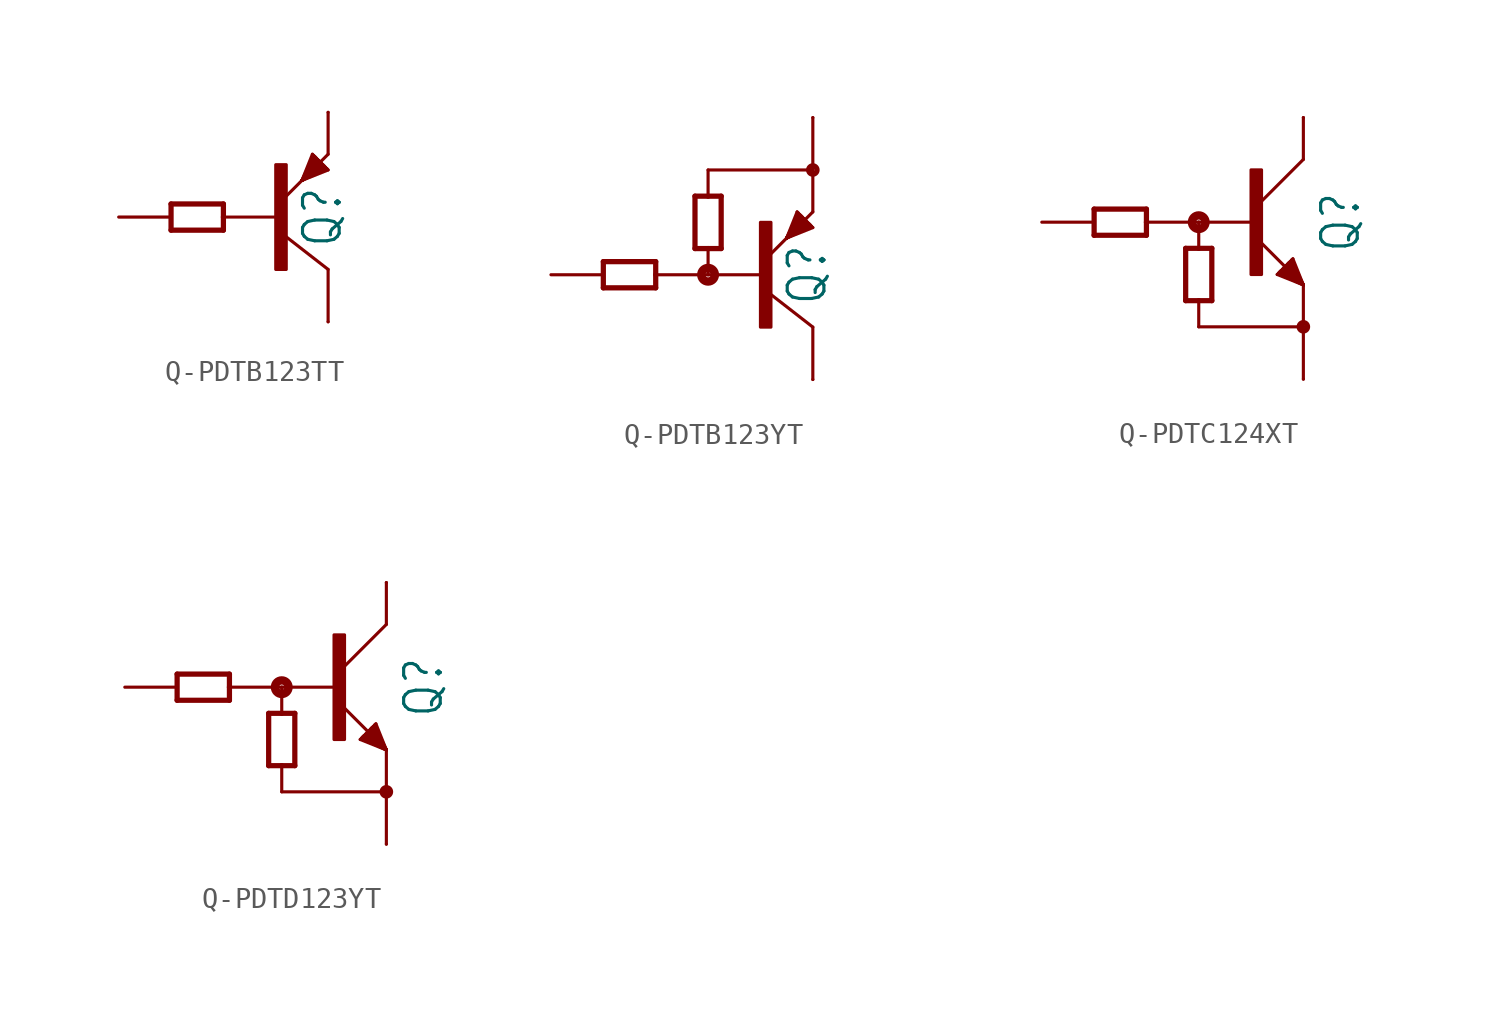
<source format=kicad_sym>
(kicad_symbol_lib
  (version 20231120)
  (generator "kicad_symbol_editor")
  (generator_version "8.0")
  (symbol "Q-PDTB123TT"
    (property "Reference" "Q"
      (at 3.302 0 90)
      (effects (font (size 1.778 1.511)) (justify bottom)))
    (property "Value" ""
      (at 5.842 0 90)
      (effects (font (size 1.778 1.511)) (justify bottom)))
    (property "ki_locked" ""
      (at 0 0 0)
      (effects (font (size 1.27 1.27))))
    (symbol "Q-PDTB123TT_1_0"
      (rectangle (start 0 -2.54) (end 0.508 2.54) (stroke (width 0) (type default)) (fill (type outline)))
      (polyline (pts (xy -5.08 -0.635) (xy -5.08 0.635)) (stroke (width 0.254) (type solid)) (fill (type none)))
      (polyline (pts (xy -5.08 0.635) (xy -2.54 0.635)) (stroke (width 0.254) (type solid)) (fill (type none)))
      (polyline (pts (xy -2.54 -0.635) (xy -5.08 -0.635)) (stroke (width 0.254) (type solid)) (fill (type none)))
      (polyline (pts (xy -2.54 0) (xy -2.54 -0.635)) (stroke (width 0.254) (type solid)) (fill (type none)))
      (polyline (pts (xy -2.54 0) (xy 0.254 0)) (stroke (width 0.152) (type solid)) (fill (type none)))
      (polyline (pts (xy -2.54 0.635) (xy -2.54 0)) (stroke (width 0.254) (type solid)) (fill (type none)))
      (polyline (pts (xy 1.27 1.778) (xy 0.254 0.762)) (stroke (width 0.152) (type solid)) (fill (type none)))
      (polyline (pts (xy 1.27 1.778) (xy 1.778 3.048)) (stroke (width 0.152) (type solid)) (fill (type none)))
      (polyline (pts (xy 1.27 1.778) (xy 1.841 2.985)) (stroke (width 0.152) (type solid)) (fill (type none)))
      (polyline (pts (xy 1.27 1.778) (xy 1.905 2.921)) (stroke (width 0.152) (type solid)) (fill (type none)))
      (polyline (pts (xy 1.27 1.778) (xy 1.968 2.857)) (stroke (width 0.152) (type solid)) (fill (type none)))
      (polyline (pts (xy 1.27 1.778) (xy 2.032 2.794)) (stroke (width 0.152) (type solid)) (fill (type none)))
      (polyline (pts (xy 1.27 1.778) (xy 2.095 2.731)) (stroke (width 0.152) (type solid)) (fill (type none)))
      (polyline (pts (xy 1.27 1.778) (xy 2.223 2.603)) (stroke (width 0.152) (type solid)) (fill (type none)))
      (polyline (pts (xy 1.27 1.778) (xy 2.286 2.54)) (stroke (width 0.152) (type solid)) (fill (type none)))
      (polyline (pts (xy 1.27 1.778) (xy 2.349 2.477)) (stroke (width 0.152) (type solid)) (fill (type none)))
      (polyline (pts (xy 1.27 1.778) (xy 2.413 2.413)) (stroke (width 0.152) (type solid)) (fill (type none)))
      (polyline (pts (xy 1.27 1.778) (xy 2.477 2.349)) (stroke (width 0.152) (type solid)) (fill (type none)))
      (polyline (pts (xy 1.778 3.048) (xy 1.841 2.985)) (stroke (width 0.152) (type solid)) (fill (type none)))
      (polyline (pts (xy 1.841 2.985) (xy 1.905 2.921)) (stroke (width 0.152) (type solid)) (fill (type none)))
      (polyline (pts (xy 1.905 2.921) (xy 1.968 2.857)) (stroke (width 0.152) (type solid)) (fill (type none)))
      (polyline (pts (xy 1.968 2.857) (xy 2.032 2.794)) (stroke (width 0.152) (type solid)) (fill (type none)))
      (polyline (pts (xy 2.032 2.794) (xy 2.095 2.731)) (stroke (width 0.152) (type solid)) (fill (type none)))
      (polyline (pts (xy 2.095 2.731) (xy 2.223 2.603)) (stroke (width 0.152) (type solid)) (fill (type none)))
      (polyline (pts (xy 2.223 2.603) (xy 2.286 2.54)) (stroke (width 0.152) (type solid)) (fill (type none)))
      (polyline (pts (xy 2.286 2.54) (xy 2.349 2.477)) (stroke (width 0.152) (type solid)) (fill (type none)))
      (polyline (pts (xy 2.349 2.477) (xy 2.413 2.413)) (stroke (width 0.152) (type solid)) (fill (type none)))
      (polyline (pts (xy 2.413 2.413) (xy 2.477 2.349)) (stroke (width 0.152) (type solid)) (fill (type none)))
      (polyline (pts (xy 2.477 2.349) (xy 2.54 2.286)) (stroke (width 0.152) (type solid)) (fill (type none)))
      (polyline (pts (xy 2.54 -2.54) (xy 0.254 -0.762)) (stroke (width 0.152) (type solid)) (fill (type none)))
      (polyline (pts (xy 2.54 -2.54) (xy 2.54 -5.08)) (stroke (width 0.152) (type solid)) (fill (type none)))
      (polyline (pts (xy 2.54 2.286) (xy 1.27 1.778)) (stroke (width 0.152) (type solid)) (fill (type none)))
      (polyline (pts (xy 2.54 3.048) (xy 1.27 1.778)) (stroke (width 0.152) (type solid)) (fill (type none)))
      (polyline (pts (xy 2.54 3.048) (xy 2.54 5.08)) (stroke (width 0.152) (type solid)) (fill (type none)))
      (pin passive line (at -7.62 0 0) (length 2.54) (name "B" (effects (font (size 0 0)))) (number "1" (effects (font (size 0 0)))))
      (pin passive line (at 2.54 5.08 270) (length 0) (name "E" (effects (font (size 0 0)))) (number "2" (effects (font (size 0 0)))))
      (pin passive line (at 2.54 -5.08 90) (length 0) (name "C" (effects (font (size 0 0)))) (number "3" (effects (font (size 0 0)))))))
  (symbol "Q-PDTB123YT"
    (property "Reference" "Q"
      (at 5.842 0 90)
      (effects (font (size 1.778 1.511)) (justify bottom)))
    (property "Value" ""
      (at 8.382 0 90)
      (effects (font (size 1.778 1.511)) (justify bottom)))
    (property "ki_locked" ""
      (at 0 0 0)
      (effects (font (size 1.27 1.27))))
    (symbol "Q-PDTB123YT_1_0"
      (polyline (pts (xy -5.08 -0.635) (xy -5.08 0.635)) (stroke (width 0.254) (type solid)) (fill (type none)))
      (polyline (pts (xy -5.08 0.635) (xy -2.54 0.635)) (stroke (width 0.254) (type solid)) (fill (type none)))
      (polyline (pts (xy -2.54 -0.635) (xy -5.08 -0.635)) (stroke (width 0.254) (type solid)) (fill (type none)))
      (polyline (pts (xy -2.54 0) (xy -2.54 -0.635)) (stroke (width 0.254) (type solid)) (fill (type none)))
      (polyline (pts (xy -2.54 0.635) (xy -2.54 0)) (stroke (width 0.254) (type solid)) (fill (type none)))
      (polyline (pts (xy -0.635 1.27) (xy -0.635 3.81)) (stroke (width 0.254) (type solid)) (fill (type none)))
      (polyline (pts (xy -0.635 3.81) (xy 0 3.81)) (stroke (width 0.254) (type solid)) (fill (type none)))
      (polyline (pts (xy 0 0) (xy -2.54 0)) (stroke (width 0.152) (type solid)) (fill (type none)))
      (polyline (pts (xy 0 0) (xy 2.794 0)) (stroke (width 0.152) (type solid)) (fill (type none)))
      (polyline (pts (xy 0 1.27) (xy -0.635 1.27)) (stroke (width 0.254) (type solid)) (fill (type none)))
      (polyline (pts (xy 0 1.27) (xy 0 0)) (stroke (width 0.152) (type solid)) (fill (type none)))
      (polyline (pts (xy 0 3.81) (xy 0.635 3.81)) (stroke (width 0.254) (type solid)) (fill (type none)))
      (polyline (pts (xy 0 5.08) (xy 0 3.81)) (stroke (width 0.152) (type solid)) (fill (type none)))
      (polyline (pts (xy 0.635 1.27) (xy 0 1.27)) (stroke (width 0.254) (type solid)) (fill (type none)))
      (polyline (pts (xy 0.635 3.81) (xy 0.635 1.27)) (stroke (width 0.254) (type solid)) (fill (type none)))
      (polyline (pts (xy 3.81 1.778) (xy 2.794 0.762)) (stroke (width 0.152) (type solid)) (fill (type none)))
      (polyline (pts (xy 3.81 1.778) (xy 4.318 3.048)) (stroke (width 0.152) (type solid)) (fill (type none)))
      (polyline (pts (xy 3.81 1.778) (xy 4.381 2.985)) (stroke (width 0.152) (type solid)) (fill (type none)))
      (polyline (pts (xy 3.81 1.778) (xy 4.445 2.921)) (stroke (width 0.152) (type solid)) (fill (type none)))
      (polyline (pts (xy 3.81 1.778) (xy 4.508 2.857)) (stroke (width 0.152) (type solid)) (fill (type none)))
      (polyline (pts (xy 3.81 1.778) (xy 4.572 2.794)) (stroke (width 0.152) (type solid)) (fill (type none)))
      (polyline (pts (xy 3.81 1.778) (xy 4.636 2.731)) (stroke (width 0.152) (type solid)) (fill (type none)))
      (polyline (pts (xy 3.81 1.778) (xy 4.763 2.603)) (stroke (width 0.152) (type solid)) (fill (type none)))
      (polyline (pts (xy 3.81 1.778) (xy 4.826 2.54)) (stroke (width 0.152) (type solid)) (fill (type none)))
      (polyline (pts (xy 3.81 1.778) (xy 4.889 2.477)) (stroke (width 0.152) (type solid)) (fill (type none)))
      (polyline (pts (xy 3.81 1.778) (xy 4.953 2.413)) (stroke (width 0.152) (type solid)) (fill (type none)))
      (polyline (pts (xy 3.81 1.778) (xy 5.016 2.349)) (stroke (width 0.152) (type solid)) (fill (type none)))
      (polyline (pts (xy 4.318 3.048) (xy 4.381 2.985)) (stroke (width 0.152) (type solid)) (fill (type none)))
      (polyline (pts (xy 4.381 2.985) (xy 4.445 2.921)) (stroke (width 0.152) (type solid)) (fill (type none)))
      (polyline (pts (xy 4.445 2.921) (xy 4.508 2.857)) (stroke (width 0.152) (type solid)) (fill (type none)))
      (polyline (pts (xy 4.508 2.857) (xy 4.572 2.794)) (stroke (width 0.152) (type solid)) (fill (type none)))
      (polyline (pts (xy 4.572 2.794) (xy 4.636 2.731)) (stroke (width 0.152) (type solid)) (fill (type none)))
      (polyline (pts (xy 4.636 2.731) (xy 4.763 2.603)) (stroke (width 0.152) (type solid)) (fill (type none)))
      (polyline (pts (xy 4.763 2.603) (xy 4.826 2.54)) (stroke (width 0.152) (type solid)) (fill (type none)))
      (polyline (pts (xy 4.826 2.54) (xy 4.889 2.477)) (stroke (width 0.152) (type solid)) (fill (type none)))
      (polyline (pts (xy 4.889 2.477) (xy 4.953 2.413)) (stroke (width 0.152) (type solid)) (fill (type none)))
      (polyline (pts (xy 4.953 2.413) (xy 5.016 2.349)) (stroke (width 0.152) (type solid)) (fill (type none)))
      (polyline (pts (xy 5.016 2.349) (xy 5.08 2.286)) (stroke (width 0.152) (type solid)) (fill (type none)))
      (polyline (pts (xy 5.08 -2.54) (xy 2.794 -0.762)) (stroke (width 0.152) (type solid)) (fill (type none)))
      (polyline (pts (xy 5.08 -2.54) (xy 5.08 -5.08)) (stroke (width 0.152) (type solid)) (fill (type none)))
      (polyline (pts (xy 5.08 2.286) (xy 3.81 1.778)) (stroke (width 0.152) (type solid)) (fill (type none)))
      (polyline (pts (xy 5.08 3.048) (xy 3.81 1.778)) (stroke (width 0.152) (type solid)) (fill (type none)))
      (polyline (pts (xy 5.08 3.048) (xy 5.08 5.08)) (stroke (width 0.152) (type solid)) (fill (type none)))
      (polyline (pts (xy 5.08 5.08) (xy 0 5.08)) (stroke (width 0.152) (type solid)) (fill (type none)))
      (polyline (pts (xy 5.08 5.08) (xy 5.08 7.62)) (stroke (width 0.152) (type solid)) (fill (type none)))
      (circle (center 0 0) (radius 0.127) (stroke (width 0.406) (type solid)) (fill (type none)))
      (rectangle (start 2.54 -2.54) (end 3.048 2.54) (stroke (width 0) (type default)) (fill (type outline)))
      (circle (center 5.08 5.08) (radius 0.203) (stroke (width 0.254) (type solid)) (fill (type none)))
      (pin passive line (at -7.62 0 0) (length 2.54) (name "B" (effects (font (size 0 0)))) (number "1" (effects (font (size 0 0)))))
      (pin passive line (at 5.08 7.62 270) (length 0) (name "E" (effects (font (size 0 0)))) (number "2" (effects (font (size 0 0)))))
      (pin passive line (at 5.08 -5.08 90) (length 0) (name "C" (effects (font (size 0 0)))) (number "3" (effects (font (size 0 0)))))))
  (symbol "Q-PDTC124XT"
    (property "Reference" "Q"
      (at 5.842 0 90)
      (effects (font (size 1.778 1.511)) (justify top)))
    (property "Value" ""
      (at 8.382 0 90)
      (effects (font (size 1.778 1.511)) (justify top)))
    (property "ki_locked" ""
      (at 0 0 0)
      (effects (font (size 1.27 1.27))))
    (symbol "Q-PDTC124XT_1_0"
      (polyline (pts (xy -5.08 -0.635) (xy -2.54 -0.635)) (stroke (width 0.254) (type solid)) (fill (type none)))
      (polyline (pts (xy -5.08 0.635) (xy -5.08 -0.635)) (stroke (width 0.254) (type solid)) (fill (type none)))
      (polyline (pts (xy -2.54 -0.635) (xy -2.54 0)) (stroke (width 0.254) (type solid)) (fill (type none)))
      (polyline (pts (xy -2.54 0) (xy -2.54 0.635)) (stroke (width 0.254) (type solid)) (fill (type none)))
      (polyline (pts (xy -2.54 0.635) (xy -5.08 0.635)) (stroke (width 0.254) (type solid)) (fill (type none)))
      (polyline (pts (xy -0.635 -3.81) (xy 0 -3.81)) (stroke (width 0.254) (type solid)) (fill (type none)))
      (polyline (pts (xy -0.635 -1.27) (xy -0.635 -3.81)) (stroke (width 0.254) (type solid)) (fill (type none)))
      (polyline (pts (xy 0 -5.08) (xy 0 -3.81)) (stroke (width 0.152) (type solid)) (fill (type none)))
      (polyline (pts (xy 0 -3.81) (xy 0.635 -3.81)) (stroke (width 0.254) (type solid)) (fill (type none)))
      (polyline (pts (xy 0 -1.27) (xy -0.635 -1.27)) (stroke (width 0.254) (type solid)) (fill (type none)))
      (polyline (pts (xy 0 -1.27) (xy 0 0)) (stroke (width 0.152) (type solid)) (fill (type none)))
      (polyline (pts (xy 0 0) (xy -2.54 0)) (stroke (width 0.152) (type solid)) (fill (type none)))
      (polyline (pts (xy 0.635 -3.81) (xy 0.635 -1.27)) (stroke (width 0.254) (type solid)) (fill (type none)))
      (polyline (pts (xy 0.635 -1.27) (xy 0 -1.27)) (stroke (width 0.254) (type solid)) (fill (type none)))
      (polyline (pts (xy 2.54 0) (xy 0 0)) (stroke (width 0.152) (type solid)) (fill (type none)))
      (polyline (pts (xy 3.81 -2.54) (xy 5.08 -3.048)) (stroke (width 0.152) (type solid)) (fill (type none)))
      (polyline (pts (xy 3.873 -2.477) (xy 3.81 -2.54)) (stroke (width 0.152) (type solid)) (fill (type none)))
      (polyline (pts (xy 3.937 -2.413) (xy 3.873 -2.477)) (stroke (width 0.152) (type solid)) (fill (type none)))
      (polyline (pts (xy 4 -2.349) (xy 3.937 -2.413)) (stroke (width 0.152) (type solid)) (fill (type none)))
      (polyline (pts (xy 4.064 -2.286) (xy 4 -2.349)) (stroke (width 0.152) (type solid)) (fill (type none)))
      (polyline (pts (xy 4.128 -2.223) (xy 4.064 -2.286)) (stroke (width 0.152) (type solid)) (fill (type none)))
      (polyline (pts (xy 4.255 -2.095) (xy 4.128 -2.223)) (stroke (width 0.152) (type solid)) (fill (type none)))
      (polyline (pts (xy 4.318 -2.032) (xy 4.255 -2.095)) (stroke (width 0.152) (type solid)) (fill (type none)))
      (polyline (pts (xy 4.381 -1.968) (xy 4.318 -2.032)) (stroke (width 0.152) (type solid)) (fill (type none)))
      (polyline (pts (xy 4.445 -1.905) (xy 4.381 -1.968)) (stroke (width 0.152) (type solid)) (fill (type none)))
      (polyline (pts (xy 4.508 -1.841) (xy 4.445 -1.905)) (stroke (width 0.152) (type solid)) (fill (type none)))
      (polyline (pts (xy 4.572 -1.778) (xy 4.508 -1.841)) (stroke (width 0.152) (type solid)) (fill (type none)))
      (polyline (pts (xy 5.08 -5.08) (xy 0 -5.08)) (stroke (width 0.152) (type solid)) (fill (type none)))
      (polyline (pts (xy 5.08 -5.08) (xy 5.08 -7.62)) (stroke (width 0.152) (type solid)) (fill (type none)))
      (polyline (pts (xy 5.08 -3.048) (xy 2.794 -0.762)) (stroke (width 0.152) (type solid)) (fill (type none)))
      (polyline (pts (xy 5.08 -3.048) (xy 3.873 -2.477)) (stroke (width 0.152) (type solid)) (fill (type none)))
      (polyline (pts (xy 5.08 -3.048) (xy 3.937 -2.413)) (stroke (width 0.152) (type solid)) (fill (type none)))
      (polyline (pts (xy 5.08 -3.048) (xy 4 -2.349)) (stroke (width 0.152) (type solid)) (fill (type none)))
      (polyline (pts (xy 5.08 -3.048) (xy 4.064 -2.286)) (stroke (width 0.152) (type solid)) (fill (type none)))
      (polyline (pts (xy 5.08 -3.048) (xy 4.128 -2.223)) (stroke (width 0.152) (type solid)) (fill (type none)))
      (polyline (pts (xy 5.08 -3.048) (xy 4.255 -2.095)) (stroke (width 0.152) (type solid)) (fill (type none)))
      (polyline (pts (xy 5.08 -3.048) (xy 4.318 -2.032)) (stroke (width 0.152) (type solid)) (fill (type none)))
      (polyline (pts (xy 5.08 -3.048) (xy 4.381 -1.968)) (stroke (width 0.152) (type solid)) (fill (type none)))
      (polyline (pts (xy 5.08 -3.048) (xy 4.445 -1.905)) (stroke (width 0.152) (type solid)) (fill (type none)))
      (polyline (pts (xy 5.08 -3.048) (xy 4.508 -1.841)) (stroke (width 0.152) (type solid)) (fill (type none)))
      (polyline (pts (xy 5.08 -3.048) (xy 4.572 -1.778)) (stroke (width 0.152) (type solid)) (fill (type none)))
      (polyline (pts (xy 5.08 -3.048) (xy 5.08 -5.08)) (stroke (width 0.152) (type solid)) (fill (type none)))
      (polyline (pts (xy 5.08 3.048) (xy 2.794 0.762)) (stroke (width 0.152) (type solid)) (fill (type none)))
      (polyline (pts (xy 5.08 5.08) (xy 5.08 3.048)) (stroke (width 0.152) (type solid)) (fill (type none)))
      (circle (center 0 0) (radius 0.127) (stroke (width 0.406) (type solid)) (fill (type none)))
      (rectangle (start 2.54 -2.54) (end 3.048 2.54) (stroke (width 0) (type default)) (fill (type outline)))
      (circle (center 5.08 -5.08) (radius 0.203) (stroke (width 0.254) (type solid)) (fill (type none)))
      (pin passive line (at -7.62 0 0) (length 2.54) (name "B" (effects (font (size 0 0)))) (number "1" (effects (font (size 0 0)))))
      (pin passive line (at 5.08 -7.62 90) (length 0) (name "E" (effects (font (size 0 0)))) (number "2" (effects (font (size 0 0)))))
      (pin passive line (at 5.08 5.08 270) (length 0) (name "C" (effects (font (size 0 0)))) (number "3" (effects (font (size 0 0)))))))
  (symbol "Q-PDTD123YT"
    (property "Reference" "Q"
      (at 5.842 0 90)
      (effects (font (size 1.778 1.511)) (justify top)))
    (property "Value" ""
      (at 8.382 0 90)
      (effects (font (size 1.778 1.511)) (justify top)))
    (property "ki_locked" ""
      (at 0 0 0)
      (effects (font (size 1.27 1.27))))
    (symbol "Q-PDTD123YT_1_0"
      (polyline (pts (xy -5.08 -0.635) (xy -2.54 -0.635)) (stroke (width 0.254) (type solid)) (fill (type none)))
      (polyline (pts (xy -5.08 0.635) (xy -5.08 -0.635)) (stroke (width 0.254) (type solid)) (fill (type none)))
      (polyline (pts (xy -2.54 -0.635) (xy -2.54 0)) (stroke (width 0.254) (type solid)) (fill (type none)))
      (polyline (pts (xy -2.54 0) (xy -2.54 0.635)) (stroke (width 0.254) (type solid)) (fill (type none)))
      (polyline (pts (xy -2.54 0.635) (xy -5.08 0.635)) (stroke (width 0.254) (type solid)) (fill (type none)))
      (polyline (pts (xy -0.635 -3.81) (xy 0 -3.81)) (stroke (width 0.254) (type solid)) (fill (type none)))
      (polyline (pts (xy -0.635 -1.27) (xy -0.635 -3.81)) (stroke (width 0.254) (type solid)) (fill (type none)))
      (polyline (pts (xy 0 -5.08) (xy 0 -3.81)) (stroke (width 0.152) (type solid)) (fill (type none)))
      (polyline (pts (xy 0 -3.81) (xy 0.635 -3.81)) (stroke (width 0.254) (type solid)) (fill (type none)))
      (polyline (pts (xy 0 -1.27) (xy -0.635 -1.27)) (stroke (width 0.254) (type solid)) (fill (type none)))
      (polyline (pts (xy 0 -1.27) (xy 0 0)) (stroke (width 0.152) (type solid)) (fill (type none)))
      (polyline (pts (xy 0 0) (xy -2.54 0)) (stroke (width 0.152) (type solid)) (fill (type none)))
      (polyline (pts (xy 0.635 -3.81) (xy 0.635 -1.27)) (stroke (width 0.254) (type solid)) (fill (type none)))
      (polyline (pts (xy 0.635 -1.27) (xy 0 -1.27)) (stroke (width 0.254) (type solid)) (fill (type none)))
      (polyline (pts (xy 2.54 0) (xy 0 0)) (stroke (width 0.152) (type solid)) (fill (type none)))
      (polyline (pts (xy 3.81 -2.54) (xy 5.08 -3.048)) (stroke (width 0.152) (type solid)) (fill (type none)))
      (polyline (pts (xy 3.873 -2.477) (xy 3.81 -2.54)) (stroke (width 0.152) (type solid)) (fill (type none)))
      (polyline (pts (xy 3.937 -2.413) (xy 3.873 -2.477)) (stroke (width 0.152) (type solid)) (fill (type none)))
      (polyline (pts (xy 4 -2.349) (xy 3.937 -2.413)) (stroke (width 0.152) (type solid)) (fill (type none)))
      (polyline (pts (xy 4.064 -2.286) (xy 4 -2.349)) (stroke (width 0.152) (type solid)) (fill (type none)))
      (polyline (pts (xy 4.128 -2.223) (xy 4.064 -2.286)) (stroke (width 0.152) (type solid)) (fill (type none)))
      (polyline (pts (xy 4.255 -2.095) (xy 4.128 -2.223)) (stroke (width 0.152) (type solid)) (fill (type none)))
      (polyline (pts (xy 4.318 -2.032) (xy 4.255 -2.095)) (stroke (width 0.152) (type solid)) (fill (type none)))
      (polyline (pts (xy 4.381 -1.968) (xy 4.318 -2.032)) (stroke (width 0.152) (type solid)) (fill (type none)))
      (polyline (pts (xy 4.445 -1.905) (xy 4.381 -1.968)) (stroke (width 0.152) (type solid)) (fill (type none)))
      (polyline (pts (xy 4.508 -1.841) (xy 4.445 -1.905)) (stroke (width 0.152) (type solid)) (fill (type none)))
      (polyline (pts (xy 4.572 -1.778) (xy 4.508 -1.841)) (stroke (width 0.152) (type solid)) (fill (type none)))
      (polyline (pts (xy 5.08 -5.08) (xy 0 -5.08)) (stroke (width 0.152) (type solid)) (fill (type none)))
      (polyline (pts (xy 5.08 -5.08) (xy 5.08 -7.62)) (stroke (width 0.152) (type solid)) (fill (type none)))
      (polyline (pts (xy 5.08 -3.048) (xy 2.794 -0.762)) (stroke (width 0.152) (type solid)) (fill (type none)))
      (polyline (pts (xy 5.08 -3.048) (xy 3.873 -2.477)) (stroke (width 0.152) (type solid)) (fill (type none)))
      (polyline (pts (xy 5.08 -3.048) (xy 3.937 -2.413)) (stroke (width 0.152) (type solid)) (fill (type none)))
      (polyline (pts (xy 5.08 -3.048) (xy 4 -2.349)) (stroke (width 0.152) (type solid)) (fill (type none)))
      (polyline (pts (xy 5.08 -3.048) (xy 4.064 -2.286)) (stroke (width 0.152) (type solid)) (fill (type none)))
      (polyline (pts (xy 5.08 -3.048) (xy 4.128 -2.223)) (stroke (width 0.152) (type solid)) (fill (type none)))
      (polyline (pts (xy 5.08 -3.048) (xy 4.255 -2.095)) (stroke (width 0.152) (type solid)) (fill (type none)))
      (polyline (pts (xy 5.08 -3.048) (xy 4.318 -2.032)) (stroke (width 0.152) (type solid)) (fill (type none)))
      (polyline (pts (xy 5.08 -3.048) (xy 4.381 -1.968)) (stroke (width 0.152) (type solid)) (fill (type none)))
      (polyline (pts (xy 5.08 -3.048) (xy 4.445 -1.905)) (stroke (width 0.152) (type solid)) (fill (type none)))
      (polyline (pts (xy 5.08 -3.048) (xy 4.508 -1.841)) (stroke (width 0.152) (type solid)) (fill (type none)))
      (polyline (pts (xy 5.08 -3.048) (xy 4.572 -1.778)) (stroke (width 0.152) (type solid)) (fill (type none)))
      (polyline (pts (xy 5.08 -3.048) (xy 5.08 -5.08)) (stroke (width 0.152) (type solid)) (fill (type none)))
      (polyline (pts (xy 5.08 3.048) (xy 2.794 0.762)) (stroke (width 0.152) (type solid)) (fill (type none)))
      (polyline (pts (xy 5.08 5.08) (xy 5.08 3.048)) (stroke (width 0.152) (type solid)) (fill (type none)))
      (circle (center 0 0) (radius 0.127) (stroke (width 0.406) (type solid)) (fill (type none)))
      (rectangle (start 2.54 -2.54) (end 3.048 2.54) (stroke (width 0) (type default)) (fill (type outline)))
      (circle (center 5.08 -5.08) (radius 0.203) (stroke (width 0.254) (type solid)) (fill (type none)))
      (pin passive line (at -7.62 0 0) (length 2.54) (name "B" (effects (font (size 0 0)))) (number "1" (effects (font (size 0 0)))))
      (pin passive line (at 5.08 -7.62 90) (length 0) (name "E" (effects (font (size 0 0)))) (number "2" (effects (font (size 0 0)))))
      (pin passive line (at 5.08 5.08 270) (length 0) (name "C" (effects (font (size 0 0)))) (number "3" (effects (font (size 0 0))))))))
</source>
